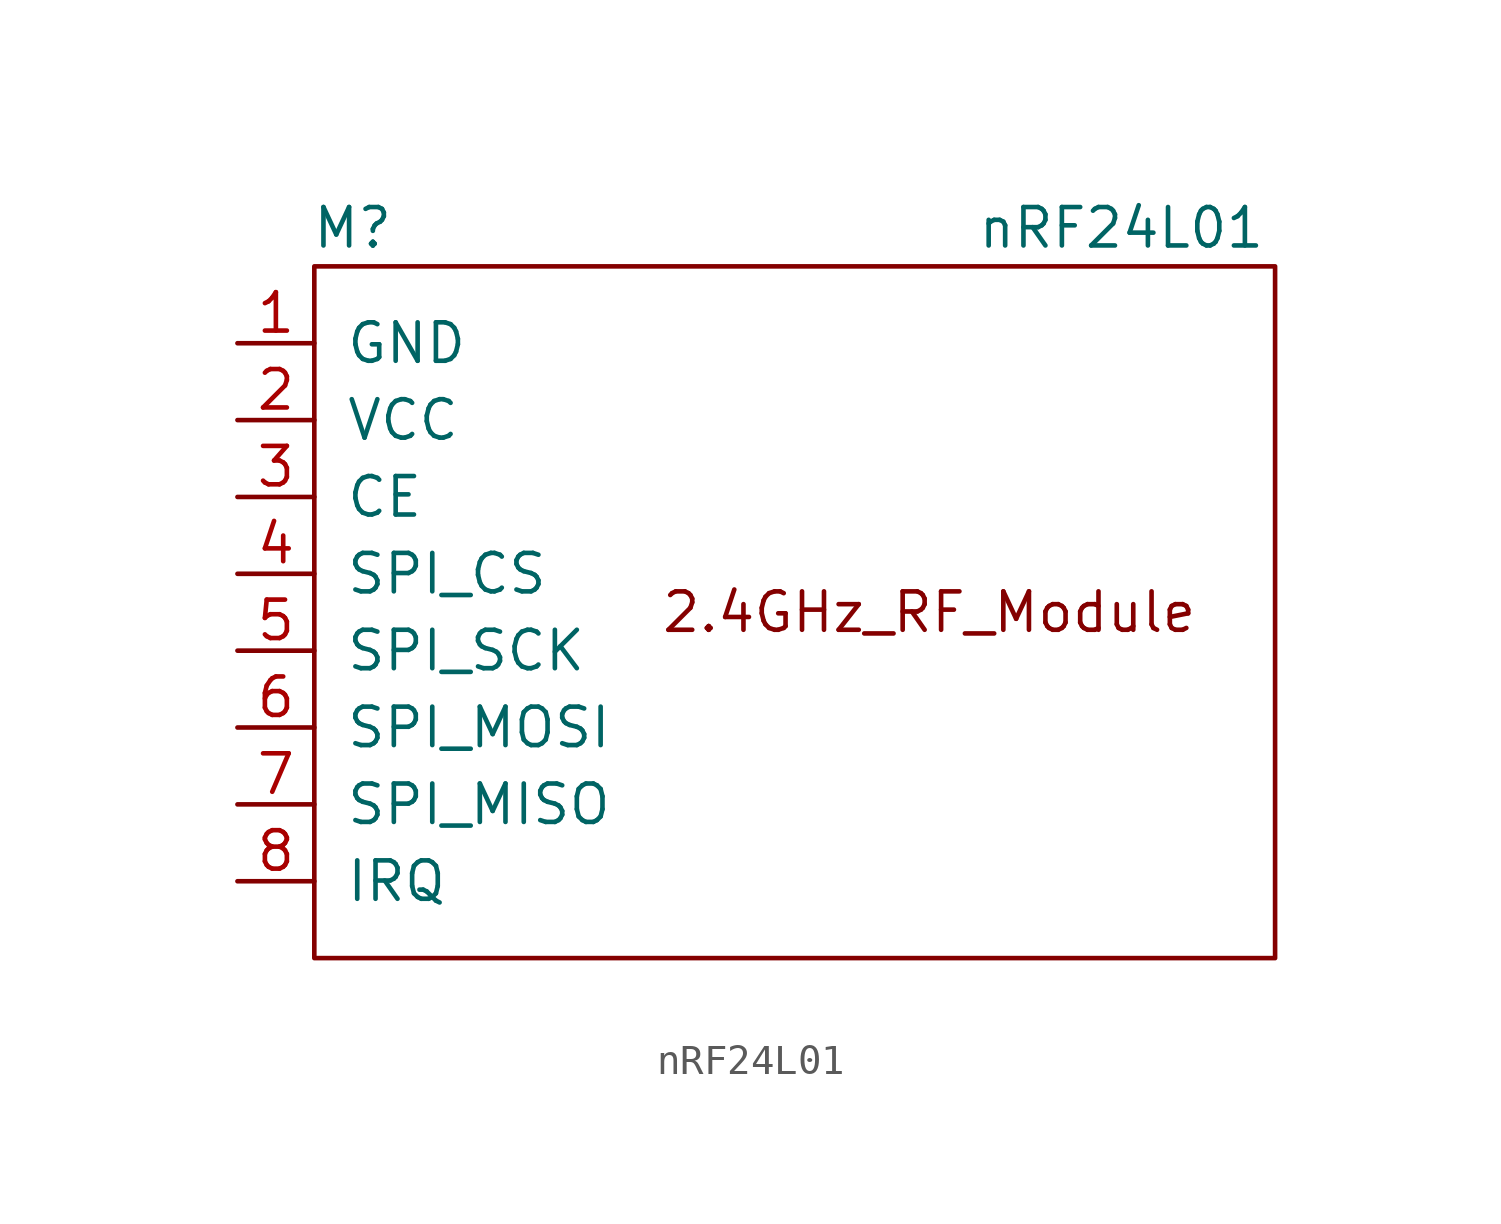
<source format=kicad_sym>
(kicad_symbol_lib
  (version 20211014)
  (generator kicad_symbol_editor)
  (symbol "nRF24L01"
    (pin_names
      (offset 1.016))
    (property "Reference" "M"
      (at 3.81 3.81 0)
      (effects (font (size 1.27 1.27))))
    (property "Value" "nRF24L01"
      (at 29.21 3.81 0)
      (effects (font (size 1.27 1.27))))
    (symbol "nRF24L01_0_0"
      (text "2.4GHz_RF_Module" (at 22.86 -8.89 0) (effects (font (size 1.27 1.27)))))
    (symbol "nRF24L01_0_1"
      (rectangle (start 2.54 2.54) (end 34.29 -20.32) (stroke (width 0) (type default) (color 0 0 0 0)) (fill (type none))))
    (symbol "nRF24L01_1_1"
      (pin passive line (at 0 0 0) (length 2.54) (name "GND" (effects (font (size 1.27 1.27)))) (number "1" (effects (font (size 1.27 1.27)))))
      (pin power_in line (at 0 -2.54 0) (length 2.54) (name "VCC" (effects (font (size 1.27 1.27)))) (number "2" (effects (font (size 1.27 1.27)))))
      (pin input line (at 0 -5.08 0) (length 2.54) (name "CE" (effects (font (size 1.27 1.27)))) (number "3" (effects (font (size 1.27 1.27)))))
      (pin input line (at 0 -7.62 0) (length 2.54) (name "SPI_CS" (effects (font (size 1.27 1.27)))) (number "4" (effects (font (size 1.27 1.27)))))
      (pin input line (at 0 -10.16 0) (length 2.54) (name "SPI_SCK" (effects (font (size 1.27 1.27)))) (number "5" (effects (font (size 1.27 1.27)))))
      (pin input line (at 0 -12.7 0) (length 2.54) (name "SPI_MOSI" (effects (font (size 1.27 1.27)))) (number "6" (effects (font (size 1.27 1.27)))))
      (pin output line (at 0 -15.24 0) (length 2.54) (name "SPI_MISO" (effects (font (size 1.27 1.27)))) (number "7" (effects (font (size 1.27 1.27)))))
      (pin output line (at 0 -17.78 0) (length 2.54) (name "IRQ" (effects (font (size 1.27 1.27)))) (number "8" (effects (font (size 1.27 1.27))))))))
</source>
